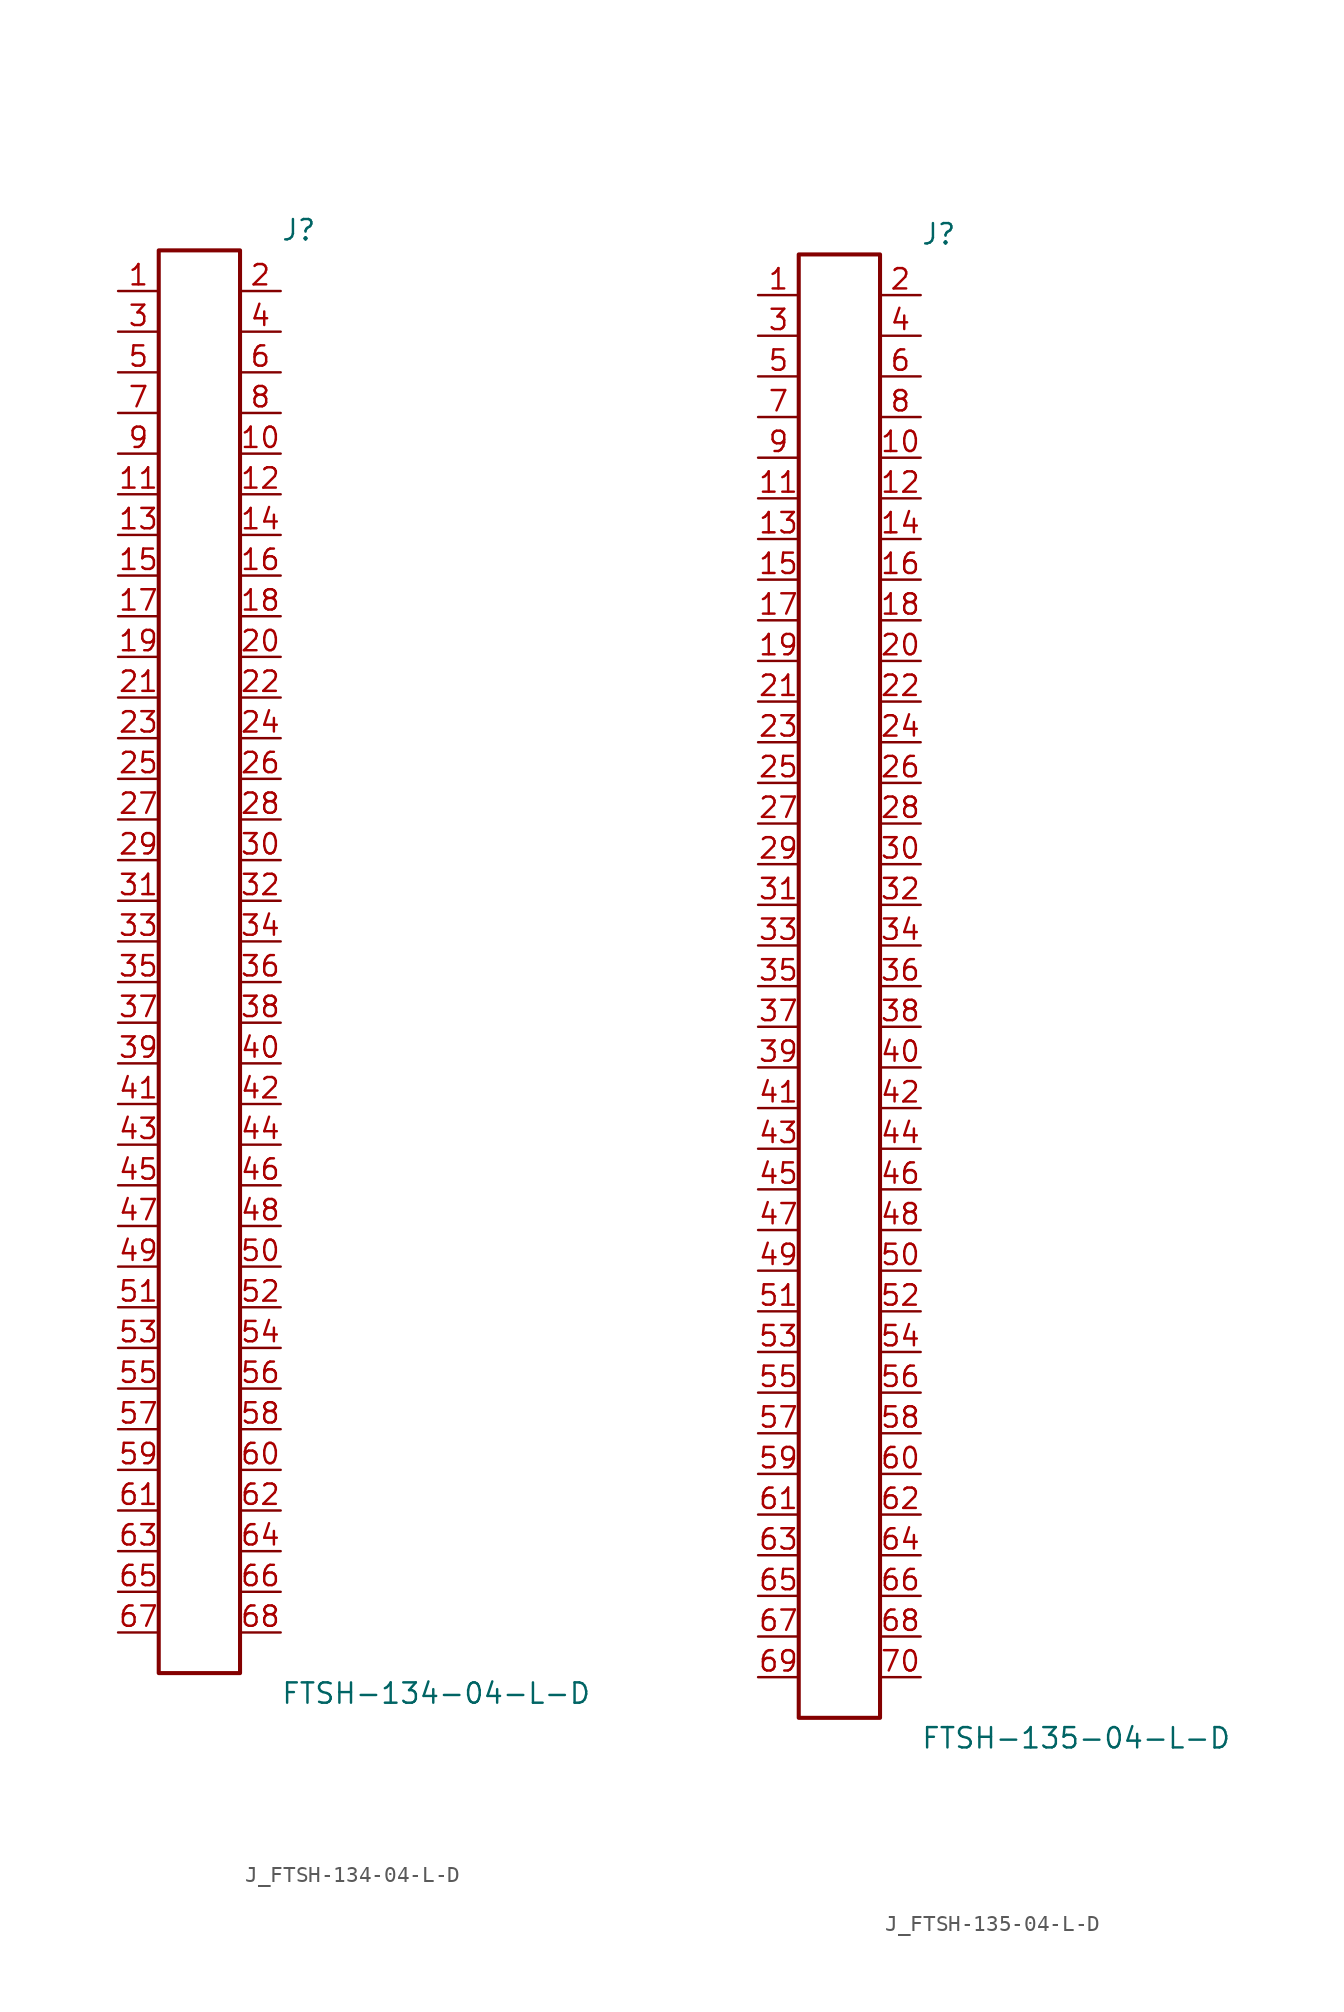
<source format=kicad_sym>
(kicad_symbol_lib
  (version 20231120)
  (generator kicad_symbol_editor)
  (generator_version 8.0)
  (symbol "J_FTSH-134-04-L-D"
    (pin_names
      (offset 0.254))
    (property "Reference" "J"
      (at 5.08 45.72 0)
      (effects (font (size 1.27 1.27)) (justify left)))
    (property "Value" "FTSH-134-04-L-D"
      (at 5.08 -45.72 0)
      (effects (font (size 1.27 1.27)) (justify left)))
    (symbol "J_FTSH-134-04-L-D_0_0"
      (pin passive line (at -5.08 41.91 0) (length 2.54) (name "" (effects (font (size 1.27 1.27)))) (number "1" (effects (font (size 1.27 1.27)))))
      (pin passive line (at 5.08 41.91 180) (length 2.54) (name "" (effects (font (size 1.27 1.27)))) (number "2" (effects (font (size 1.27 1.27)))))
      (pin passive line (at -5.08 39.37 0) (length 2.54) (name "" (effects (font (size 1.27 1.27)))) (number "3" (effects (font (size 1.27 1.27)))))
      (pin passive line (at 5.08 39.37 180) (length 2.54) (name "" (effects (font (size 1.27 1.27)))) (number "4" (effects (font (size 1.27 1.27)))))
      (pin passive line (at -5.08 36.83 0) (length 2.54) (name "" (effects (font (size 1.27 1.27)))) (number "5" (effects (font (size 1.27 1.27)))))
      (pin passive line (at 5.08 36.83 180) (length 2.54) (name "" (effects (font (size 1.27 1.27)))) (number "6" (effects (font (size 1.27 1.27)))))
      (pin passive line (at -5.08 34.29 0) (length 2.54) (name "" (effects (font (size 1.27 1.27)))) (number "7" (effects (font (size 1.27 1.27)))))
      (pin passive line (at 5.08 34.29 180) (length 2.54) (name "" (effects (font (size 1.27 1.27)))) (number "8" (effects (font (size 1.27 1.27)))))
      (pin passive line (at -5.08 31.75 0) (length 2.54) (name "" (effects (font (size 1.27 1.27)))) (number "9" (effects (font (size 1.27 1.27)))))
      (pin passive line (at 5.08 31.75 180) (length 2.54) (name "" (effects (font (size 1.27 1.27)))) (number "10" (effects (font (size 1.27 1.27)))))
      (pin passive line (at -5.08 29.21 0) (length 2.54) (name "" (effects (font (size 1.27 1.27)))) (number "11" (effects (font (size 1.27 1.27)))))
      (pin passive line (at 5.08 29.21 180) (length 2.54) (name "" (effects (font (size 1.27 1.27)))) (number "12" (effects (font (size 1.27 1.27)))))
      (pin passive line (at -5.08 26.67 0) (length 2.54) (name "" (effects (font (size 1.27 1.27)))) (number "13" (effects (font (size 1.27 1.27)))))
      (pin passive line (at 5.08 26.67 180) (length 2.54) (name "" (effects (font (size 1.27 1.27)))) (number "14" (effects (font (size 1.27 1.27)))))
      (pin passive line (at -5.08 24.13 0) (length 2.54) (name "" (effects (font (size 1.27 1.27)))) (number "15" (effects (font (size 1.27 1.27)))))
      (pin passive line (at 5.08 24.13 180) (length 2.54) (name "" (effects (font (size 1.27 1.27)))) (number "16" (effects (font (size 1.27 1.27)))))
      (pin passive line (at -5.08 21.59 0) (length 2.54) (name "" (effects (font (size 1.27 1.27)))) (number "17" (effects (font (size 1.27 1.27)))))
      (pin passive line (at 5.08 21.59 180) (length 2.54) (name "" (effects (font (size 1.27 1.27)))) (number "18" (effects (font (size 1.27 1.27)))))
      (pin passive line (at -5.08 19.05 0) (length 2.54) (name "" (effects (font (size 1.27 1.27)))) (number "19" (effects (font (size 1.27 1.27)))))
      (pin passive line (at 5.08 19.05 180) (length 2.54) (name "" (effects (font (size 1.27 1.27)))) (number "20" (effects (font (size 1.27 1.27)))))
      (pin passive line (at -5.08 16.51 0) (length 2.54) (name "" (effects (font (size 1.27 1.27)))) (number "21" (effects (font (size 1.27 1.27)))))
      (pin passive line (at 5.08 16.51 180) (length 2.54) (name "" (effects (font (size 1.27 1.27)))) (number "22" (effects (font (size 1.27 1.27)))))
      (pin passive line (at -5.08 13.97 0) (length 2.54) (name "" (effects (font (size 1.27 1.27)))) (number "23" (effects (font (size 1.27 1.27)))))
      (pin passive line (at 5.08 13.97 180) (length 2.54) (name "" (effects (font (size 1.27 1.27)))) (number "24" (effects (font (size 1.27 1.27)))))
      (pin passive line (at -5.08 11.43 0) (length 2.54) (name "" (effects (font (size 1.27 1.27)))) (number "25" (effects (font (size 1.27 1.27)))))
      (pin passive line (at 5.08 11.43 180) (length 2.54) (name "" (effects (font (size 1.27 1.27)))) (number "26" (effects (font (size 1.27 1.27)))))
      (pin passive line (at -5.08 8.89 0) (length 2.54) (name "" (effects (font (size 1.27 1.27)))) (number "27" (effects (font (size 1.27 1.27)))))
      (pin passive line (at 5.08 8.89 180) (length 2.54) (name "" (effects (font (size 1.27 1.27)))) (number "28" (effects (font (size 1.27 1.27)))))
      (pin passive line (at -5.08 6.35 0) (length 2.54) (name "" (effects (font (size 1.27 1.27)))) (number "29" (effects (font (size 1.27 1.27)))))
      (pin passive line (at 5.08 6.35 180) (length 2.54) (name "" (effects (font (size 1.27 1.27)))) (number "30" (effects (font (size 1.27 1.27)))))
      (pin passive line (at -5.08 3.81 0) (length 2.54) (name "" (effects (font (size 1.27 1.27)))) (number "31" (effects (font (size 1.27 1.27)))))
      (pin passive line (at 5.08 3.81 180) (length 2.54) (name "" (effects (font (size 1.27 1.27)))) (number "32" (effects (font (size 1.27 1.27)))))
      (pin passive line (at -5.08 1.27 0) (length 2.54) (name "" (effects (font (size 1.27 1.27)))) (number "33" (effects (font (size 1.27 1.27)))))
      (pin passive line (at 5.08 1.27 180) (length 2.54) (name "" (effects (font (size 1.27 1.27)))) (number "34" (effects (font (size 1.27 1.27)))))
      (pin passive line (at -5.08 -1.27 0) (length 2.54) (name "" (effects (font (size 1.27 1.27)))) (number "35" (effects (font (size 1.27 1.27)))))
      (pin passive line (at 5.08 -1.27 180) (length 2.54) (name "" (effects (font (size 1.27 1.27)))) (number "36" (effects (font (size 1.27 1.27)))))
      (pin passive line (at -5.08 -3.81 0) (length 2.54) (name "" (effects (font (size 1.27 1.27)))) (number "37" (effects (font (size 1.27 1.27)))))
      (pin passive line (at 5.08 -3.81 180) (length 2.54) (name "" (effects (font (size 1.27 1.27)))) (number "38" (effects (font (size 1.27 1.27)))))
      (pin passive line (at -5.08 -6.35 0) (length 2.54) (name "" (effects (font (size 1.27 1.27)))) (number "39" (effects (font (size 1.27 1.27)))))
      (pin passive line (at 5.08 -6.35 180) (length 2.54) (name "" (effects (font (size 1.27 1.27)))) (number "40" (effects (font (size 1.27 1.27)))))
      (pin passive line (at -5.08 -8.89 0) (length 2.54) (name "" (effects (font (size 1.27 1.27)))) (number "41" (effects (font (size 1.27 1.27)))))
      (pin passive line (at 5.08 -8.89 180) (length 2.54) (name "" (effects (font (size 1.27 1.27)))) (number "42" (effects (font (size 1.27 1.27)))))
      (pin passive line (at -5.08 -11.43 0) (length 2.54) (name "" (effects (font (size 1.27 1.27)))) (number "43" (effects (font (size 1.27 1.27)))))
      (pin passive line (at 5.08 -11.43 180) (length 2.54) (name "" (effects (font (size 1.27 1.27)))) (number "44" (effects (font (size 1.27 1.27)))))
      (pin passive line (at -5.08 -13.97 0) (length 2.54) (name "" (effects (font (size 1.27 1.27)))) (number "45" (effects (font (size 1.27 1.27)))))
      (pin passive line (at 5.08 -13.97 180) (length 2.54) (name "" (effects (font (size 1.27 1.27)))) (number "46" (effects (font (size 1.27 1.27)))))
      (pin passive line (at -5.08 -16.51 0) (length 2.54) (name "" (effects (font (size 1.27 1.27)))) (number "47" (effects (font (size 1.27 1.27)))))
      (pin passive line (at 5.08 -16.51 180) (length 2.54) (name "" (effects (font (size 1.27 1.27)))) (number "48" (effects (font (size 1.27 1.27)))))
      (pin passive line (at -5.08 -19.05 0) (length 2.54) (name "" (effects (font (size 1.27 1.27)))) (number "49" (effects (font (size 1.27 1.27)))))
      (pin passive line (at 5.08 -19.05 180) (length 2.54) (name "" (effects (font (size 1.27 1.27)))) (number "50" (effects (font (size 1.27 1.27)))))
      (pin passive line (at -5.08 -21.59 0) (length 2.54) (name "" (effects (font (size 1.27 1.27)))) (number "51" (effects (font (size 1.27 1.27)))))
      (pin passive line (at 5.08 -21.59 180) (length 2.54) (name "" (effects (font (size 1.27 1.27)))) (number "52" (effects (font (size 1.27 1.27)))))
      (pin passive line (at -5.08 -24.13 0) (length 2.54) (name "" (effects (font (size 1.27 1.27)))) (number "53" (effects (font (size 1.27 1.27)))))
      (pin passive line (at 5.08 -24.13 180) (length 2.54) (name "" (effects (font (size 1.27 1.27)))) (number "54" (effects (font (size 1.27 1.27)))))
      (pin passive line (at -5.08 -26.67 0) (length 2.54) (name "" (effects (font (size 1.27 1.27)))) (number "55" (effects (font (size 1.27 1.27)))))
      (pin passive line (at 5.08 -26.67 180) (length 2.54) (name "" (effects (font (size 1.27 1.27)))) (number "56" (effects (font (size 1.27 1.27)))))
      (pin passive line (at -5.08 -29.21 0) (length 2.54) (name "" (effects (font (size 1.27 1.27)))) (number "57" (effects (font (size 1.27 1.27)))))
      (pin passive line (at 5.08 -29.21 180) (length 2.54) (name "" (effects (font (size 1.27 1.27)))) (number "58" (effects (font (size 1.27 1.27)))))
      (pin passive line (at -5.08 -31.75 0) (length 2.54) (name "" (effects (font (size 1.27 1.27)))) (number "59" (effects (font (size 1.27 1.27)))))
      (pin passive line (at 5.08 -31.75 180) (length 2.54) (name "" (effects (font (size 1.27 1.27)))) (number "60" (effects (font (size 1.27 1.27)))))
      (pin passive line (at -5.08 -34.29 0) (length 2.54) (name "" (effects (font (size 1.27 1.27)))) (number "61" (effects (font (size 1.27 1.27)))))
      (pin passive line (at 5.08 -34.29 180) (length 2.54) (name "" (effects (font (size 1.27 1.27)))) (number "62" (effects (font (size 1.27 1.27)))))
      (pin passive line (at -5.08 -36.83 0) (length 2.54) (name "" (effects (font (size 1.27 1.27)))) (number "63" (effects (font (size 1.27 1.27)))))
      (pin passive line (at 5.08 -36.83 180) (length 2.54) (name "" (effects (font (size 1.27 1.27)))) (number "64" (effects (font (size 1.27 1.27)))))
      (pin passive line (at -5.08 -39.37 0) (length 2.54) (name "" (effects (font (size 1.27 1.27)))) (number "65" (effects (font (size 1.27 1.27)))))
      (pin passive line (at 5.08 -39.37 180) (length 2.54) (name "" (effects (font (size 1.27 1.27)))) (number "66" (effects (font (size 1.27 1.27)))))
      (pin passive line (at -5.08 -41.91 0) (length 2.54) (name "" (effects (font (size 1.27 1.27)))) (number "67" (effects (font (size 1.27 1.27)))))
      (pin passive line (at 5.08 -41.91 180) (length 2.54) (name "" (effects (font (size 1.27 1.27)))) (number "68" (effects (font (size 1.27 1.27))))))
    (symbol "J_FTSH-134-04-L-D_1_0"
      (rectangle (start -2.54 44.45) (end 2.54 -44.45) (stroke (width 0.254) (type solid)) (fill (type none)))))
  (symbol "J_FTSH-135-04-L-D"
    (pin_names
      (offset 0.254))
    (property "Reference" "J"
      (at 5.08 46.99 0)
      (effects (font (size 1.27 1.27)) (justify left)))
    (property "Value" "FTSH-135-04-L-D"
      (at 5.08 -46.99 0)
      (effects (font (size 1.27 1.27)) (justify left)))
    (symbol "J_FTSH-135-04-L-D_0_0"
      (pin passive line (at -5.08 43.18 0) (length 2.54) (name "" (effects (font (size 1.27 1.27)))) (number "1" (effects (font (size 1.27 1.27)))))
      (pin passive line (at 5.08 43.18 180) (length 2.54) (name "" (effects (font (size 1.27 1.27)))) (number "2" (effects (font (size 1.27 1.27)))))
      (pin passive line (at -5.08 40.64 0) (length 2.54) (name "" (effects (font (size 1.27 1.27)))) (number "3" (effects (font (size 1.27 1.27)))))
      (pin passive line (at 5.08 40.64 180) (length 2.54) (name "" (effects (font (size 1.27 1.27)))) (number "4" (effects (font (size 1.27 1.27)))))
      (pin passive line (at -5.08 38.1 0) (length 2.54) (name "" (effects (font (size 1.27 1.27)))) (number "5" (effects (font (size 1.27 1.27)))))
      (pin passive line (at 5.08 38.1 180) (length 2.54) (name "" (effects (font (size 1.27 1.27)))) (number "6" (effects (font (size 1.27 1.27)))))
      (pin passive line (at -5.08 35.56 0) (length 2.54) (name "" (effects (font (size 1.27 1.27)))) (number "7" (effects (font (size 1.27 1.27)))))
      (pin passive line (at 5.08 35.56 180) (length 2.54) (name "" (effects (font (size 1.27 1.27)))) (number "8" (effects (font (size 1.27 1.27)))))
      (pin passive line (at -5.08 33.02 0) (length 2.54) (name "" (effects (font (size 1.27 1.27)))) (number "9" (effects (font (size 1.27 1.27)))))
      (pin passive line (at 5.08 33.02 180) (length 2.54) (name "" (effects (font (size 1.27 1.27)))) (number "10" (effects (font (size 1.27 1.27)))))
      (pin passive line (at -5.08 30.48 0) (length 2.54) (name "" (effects (font (size 1.27 1.27)))) (number "11" (effects (font (size 1.27 1.27)))))
      (pin passive line (at 5.08 30.48 180) (length 2.54) (name "" (effects (font (size 1.27 1.27)))) (number "12" (effects (font (size 1.27 1.27)))))
      (pin passive line (at -5.08 27.94 0) (length 2.54) (name "" (effects (font (size 1.27 1.27)))) (number "13" (effects (font (size 1.27 1.27)))))
      (pin passive line (at 5.08 27.94 180) (length 2.54) (name "" (effects (font (size 1.27 1.27)))) (number "14" (effects (font (size 1.27 1.27)))))
      (pin passive line (at -5.08 25.4 0) (length 2.54) (name "" (effects (font (size 1.27 1.27)))) (number "15" (effects (font (size 1.27 1.27)))))
      (pin passive line (at 5.08 25.4 180) (length 2.54) (name "" (effects (font (size 1.27 1.27)))) (number "16" (effects (font (size 1.27 1.27)))))
      (pin passive line (at -5.08 22.86 0) (length 2.54) (name "" (effects (font (size 1.27 1.27)))) (number "17" (effects (font (size 1.27 1.27)))))
      (pin passive line (at 5.08 22.86 180) (length 2.54) (name "" (effects (font (size 1.27 1.27)))) (number "18" (effects (font (size 1.27 1.27)))))
      (pin passive line (at -5.08 20.32 0) (length 2.54) (name "" (effects (font (size 1.27 1.27)))) (number "19" (effects (font (size 1.27 1.27)))))
      (pin passive line (at 5.08 20.32 180) (length 2.54) (name "" (effects (font (size 1.27 1.27)))) (number "20" (effects (font (size 1.27 1.27)))))
      (pin passive line (at -5.08 17.78 0) (length 2.54) (name "" (effects (font (size 1.27 1.27)))) (number "21" (effects (font (size 1.27 1.27)))))
      (pin passive line (at 5.08 17.78 180) (length 2.54) (name "" (effects (font (size 1.27 1.27)))) (number "22" (effects (font (size 1.27 1.27)))))
      (pin passive line (at -5.08 15.24 0) (length 2.54) (name "" (effects (font (size 1.27 1.27)))) (number "23" (effects (font (size 1.27 1.27)))))
      (pin passive line (at 5.08 15.24 180) (length 2.54) (name "" (effects (font (size 1.27 1.27)))) (number "24" (effects (font (size 1.27 1.27)))))
      (pin passive line (at -5.08 12.7 0) (length 2.54) (name "" (effects (font (size 1.27 1.27)))) (number "25" (effects (font (size 1.27 1.27)))))
      (pin passive line (at 5.08 12.7 180) (length 2.54) (name "" (effects (font (size 1.27 1.27)))) (number "26" (effects (font (size 1.27 1.27)))))
      (pin passive line (at -5.08 10.16 0) (length 2.54) (name "" (effects (font (size 1.27 1.27)))) (number "27" (effects (font (size 1.27 1.27)))))
      (pin passive line (at 5.08 10.16 180) (length 2.54) (name "" (effects (font (size 1.27 1.27)))) (number "28" (effects (font (size 1.27 1.27)))))
      (pin passive line (at -5.08 7.62 0) (length 2.54) (name "" (effects (font (size 1.27 1.27)))) (number "29" (effects (font (size 1.27 1.27)))))
      (pin passive line (at 5.08 7.62 180) (length 2.54) (name "" (effects (font (size 1.27 1.27)))) (number "30" (effects (font (size 1.27 1.27)))))
      (pin passive line (at -5.08 5.08 0) (length 2.54) (name "" (effects (font (size 1.27 1.27)))) (number "31" (effects (font (size 1.27 1.27)))))
      (pin passive line (at 5.08 5.08 180) (length 2.54) (name "" (effects (font (size 1.27 1.27)))) (number "32" (effects (font (size 1.27 1.27)))))
      (pin passive line (at -5.08 2.54 0) (length 2.54) (name "" (effects (font (size 1.27 1.27)))) (number "33" (effects (font (size 1.27 1.27)))))
      (pin passive line (at 5.08 2.54 180) (length 2.54) (name "" (effects (font (size 1.27 1.27)))) (number "34" (effects (font (size 1.27 1.27)))))
      (pin passive line (at -5.08 0.0 0) (length 2.54) (name "" (effects (font (size 1.27 1.27)))) (number "35" (effects (font (size 1.27 1.27)))))
      (pin passive line (at 5.08 0.0 180) (length 2.54) (name "" (effects (font (size 1.27 1.27)))) (number "36" (effects (font (size 1.27 1.27)))))
      (pin passive line (at -5.08 -2.54 0) (length 2.54) (name "" (effects (font (size 1.27 1.27)))) (number "37" (effects (font (size 1.27 1.27)))))
      (pin passive line (at 5.08 -2.54 180) (length 2.54) (name "" (effects (font (size 1.27 1.27)))) (number "38" (effects (font (size 1.27 1.27)))))
      (pin passive line (at -5.08 -5.08 0) (length 2.54) (name "" (effects (font (size 1.27 1.27)))) (number "39" (effects (font (size 1.27 1.27)))))
      (pin passive line (at 5.08 -5.08 180) (length 2.54) (name "" (effects (font (size 1.27 1.27)))) (number "40" (effects (font (size 1.27 1.27)))))
      (pin passive line (at -5.08 -7.62 0) (length 2.54) (name "" (effects (font (size 1.27 1.27)))) (number "41" (effects (font (size 1.27 1.27)))))
      (pin passive line (at 5.08 -7.62 180) (length 2.54) (name "" (effects (font (size 1.27 1.27)))) (number "42" (effects (font (size 1.27 1.27)))))
      (pin passive line (at -5.08 -10.16 0) (length 2.54) (name "" (effects (font (size 1.27 1.27)))) (number "43" (effects (font (size 1.27 1.27)))))
      (pin passive line (at 5.08 -10.16 180) (length 2.54) (name "" (effects (font (size 1.27 1.27)))) (number "44" (effects (font (size 1.27 1.27)))))
      (pin passive line (at -5.08 -12.7 0) (length 2.54) (name "" (effects (font (size 1.27 1.27)))) (number "45" (effects (font (size 1.27 1.27)))))
      (pin passive line (at 5.08 -12.7 180) (length 2.54) (name "" (effects (font (size 1.27 1.27)))) (number "46" (effects (font (size 1.27 1.27)))))
      (pin passive line (at -5.08 -15.24 0) (length 2.54) (name "" (effects (font (size 1.27 1.27)))) (number "47" (effects (font (size 1.27 1.27)))))
      (pin passive line (at 5.08 -15.24 180) (length 2.54) (name "" (effects (font (size 1.27 1.27)))) (number "48" (effects (font (size 1.27 1.27)))))
      (pin passive line (at -5.08 -17.78 0) (length 2.54) (name "" (effects (font (size 1.27 1.27)))) (number "49" (effects (font (size 1.27 1.27)))))
      (pin passive line (at 5.08 -17.78 180) (length 2.54) (name "" (effects (font (size 1.27 1.27)))) (number "50" (effects (font (size 1.27 1.27)))))
      (pin passive line (at -5.08 -20.32 0) (length 2.54) (name "" (effects (font (size 1.27 1.27)))) (number "51" (effects (font (size 1.27 1.27)))))
      (pin passive line (at 5.08 -20.32 180) (length 2.54) (name "" (effects (font (size 1.27 1.27)))) (number "52" (effects (font (size 1.27 1.27)))))
      (pin passive line (at -5.08 -22.86 0) (length 2.54) (name "" (effects (font (size 1.27 1.27)))) (number "53" (effects (font (size 1.27 1.27)))))
      (pin passive line (at 5.08 -22.86 180) (length 2.54) (name "" (effects (font (size 1.27 1.27)))) (number "54" (effects (font (size 1.27 1.27)))))
      (pin passive line (at -5.08 -25.4 0) (length 2.54) (name "" (effects (font (size 1.27 1.27)))) (number "55" (effects (font (size 1.27 1.27)))))
      (pin passive line (at 5.08 -25.4 180) (length 2.54) (name "" (effects (font (size 1.27 1.27)))) (number "56" (effects (font (size 1.27 1.27)))))
      (pin passive line (at -5.08 -27.94 0) (length 2.54) (name "" (effects (font (size 1.27 1.27)))) (number "57" (effects (font (size 1.27 1.27)))))
      (pin passive line (at 5.08 -27.94 180) (length 2.54) (name "" (effects (font (size 1.27 1.27)))) (number "58" (effects (font (size 1.27 1.27)))))
      (pin passive line (at -5.08 -30.48 0) (length 2.54) (name "" (effects (font (size 1.27 1.27)))) (number "59" (effects (font (size 1.27 1.27)))))
      (pin passive line (at 5.08 -30.48 180) (length 2.54) (name "" (effects (font (size 1.27 1.27)))) (number "60" (effects (font (size 1.27 1.27)))))
      (pin passive line (at -5.08 -33.02 0) (length 2.54) (name "" (effects (font (size 1.27 1.27)))) (number "61" (effects (font (size 1.27 1.27)))))
      (pin passive line (at 5.08 -33.02 180) (length 2.54) (name "" (effects (font (size 1.27 1.27)))) (number "62" (effects (font (size 1.27 1.27)))))
      (pin passive line (at -5.08 -35.56 0) (length 2.54) (name "" (effects (font (size 1.27 1.27)))) (number "63" (effects (font (size 1.27 1.27)))))
      (pin passive line (at 5.08 -35.56 180) (length 2.54) (name "" (effects (font (size 1.27 1.27)))) (number "64" (effects (font (size 1.27 1.27)))))
      (pin passive line (at -5.08 -38.1 0) (length 2.54) (name "" (effects (font (size 1.27 1.27)))) (number "65" (effects (font (size 1.27 1.27)))))
      (pin passive line (at 5.08 -38.1 180) (length 2.54) (name "" (effects (font (size 1.27 1.27)))) (number "66" (effects (font (size 1.27 1.27)))))
      (pin passive line (at -5.08 -40.64 0) (length 2.54) (name "" (effects (font (size 1.27 1.27)))) (number "67" (effects (font (size 1.27 1.27)))))
      (pin passive line (at 5.08 -40.64 180) (length 2.54) (name "" (effects (font (size 1.27 1.27)))) (number "68" (effects (font (size 1.27 1.27)))))
      (pin passive line (at -5.08 -43.18 0) (length 2.54) (name "" (effects (font (size 1.27 1.27)))) (number "69" (effects (font (size 1.27 1.27)))))
      (pin passive line (at 5.08 -43.18 180) (length 2.54) (name "" (effects (font (size 1.27 1.27)))) (number "70" (effects (font (size 1.27 1.27))))))
    (symbol "J_FTSH-135-04-L-D_1_0"
      (rectangle (start -2.54 45.72) (end 2.54 -45.72) (stroke (width 0.254) (type solid)) (fill (type none))))))
</source>
